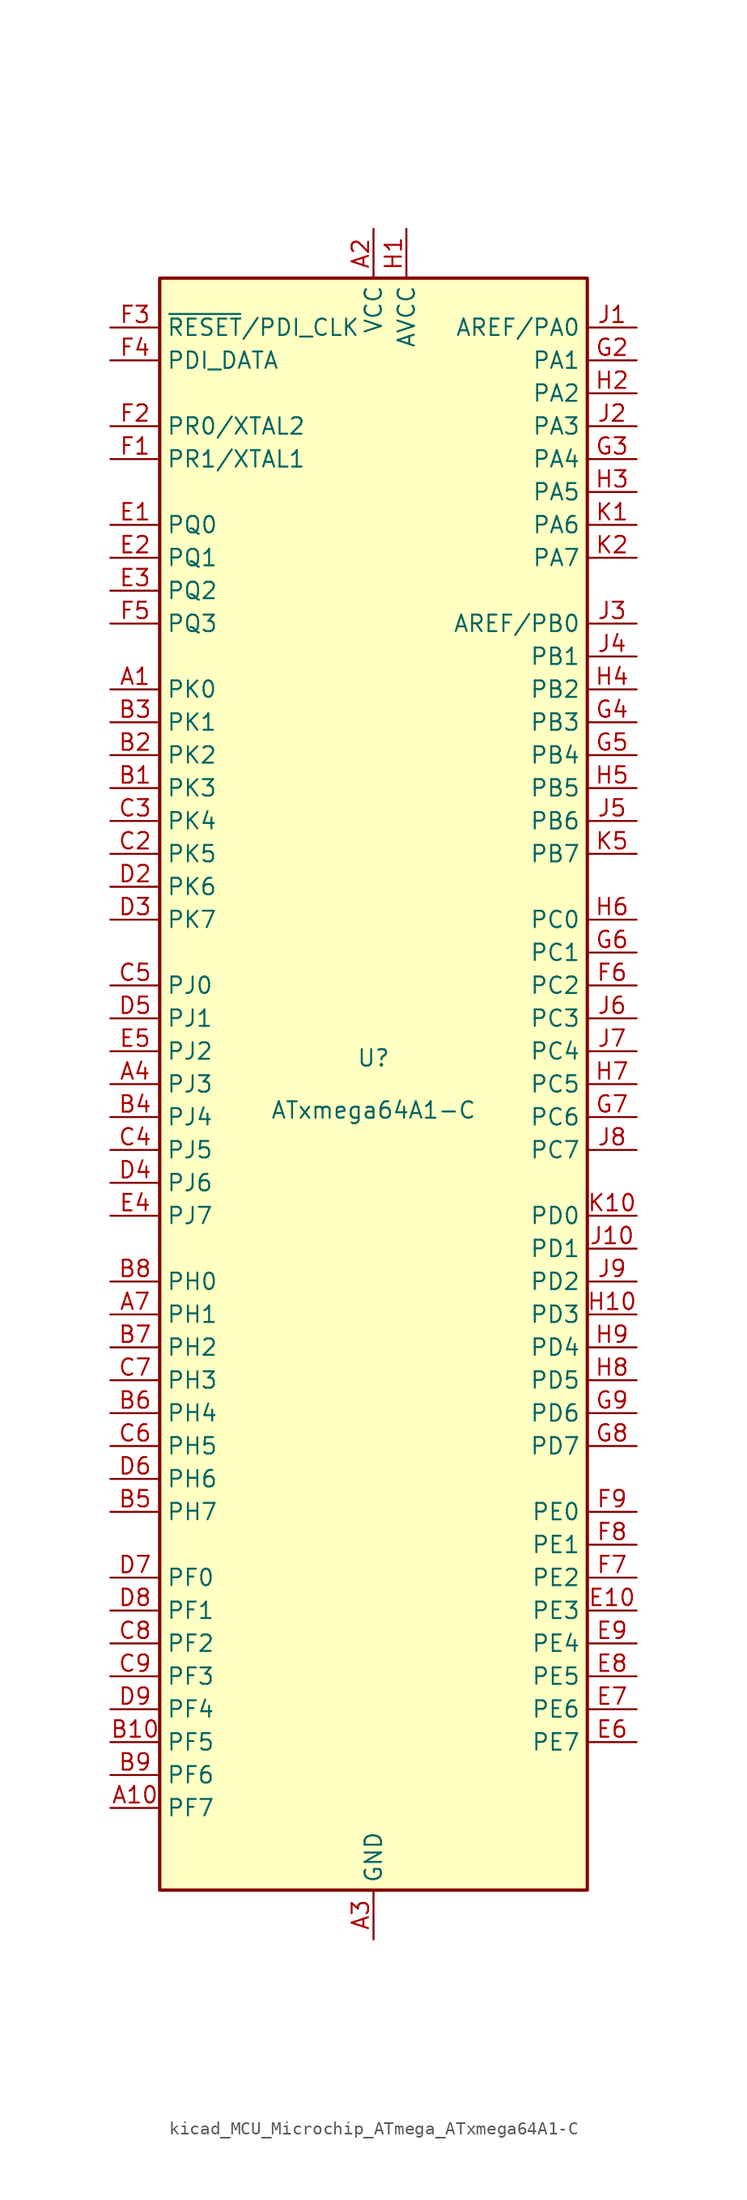
<source format=kicad_sym>
(kicad_symbol_lib
  (version 20220914)
  (generator kicad_symbol_editor)
  (symbol "kicad_MCU_Microchip_ATmega_ATxmega64A1-C"
    (property "Reference" "U"
      (at 0 1.27 0)
      (effects (font (size 1.27 1.27)) (justify bottom)))
    (property "Value" "ATxmega64A1-C"
      (at 0 -1.27 0)
      (effects (font (size 1.27 1.27)) (justify top)))
    (symbol "kicad_MCU_Microchip_ATmega_ATxmega64A1-C_0_1"
      (rectangle (start -16.51 -62.23) (end 16.51 62.23) (stroke (width 0.254) (type default)) (fill (type background))))
    (symbol "kicad_MCU_Microchip_ATmega_ATxmega64A1-C_1_1"
      (pin bidirectional line (at -20.32 30.48 0) (length 3.81) (name "PK0" (effects (font (size 1.27 1.27)))) (number "A1" (effects (font (size 1.27 1.27)))))
      (pin bidirectional line (at -20.32 -55.88 0) (length 3.81) (name "PF7" (effects (font (size 1.27 1.27)))) (number "A10" (effects (font (size 1.27 1.27)))))
      (pin power_in line (at 0 66.04 270) (length 3.81) (name "VCC" (effects (font (size 1.27 1.27)))) (number "A2" (effects (font (size 1.27 1.27)))))
      (pin power_in line (at 0 -66.04 90) (length 3.81) (name "GND" (effects (font (size 1.27 1.27)))) (number "A3" (effects (font (size 1.27 1.27)))))
      (pin bidirectional line (at -20.32 0 0) (length 3.81) (name "PJ3" (effects (font (size 1.27 1.27)))) (number "A4" (effects (font (size 1.27 1.27)))))
      (pin passive line (at 0 66.04 270) (length 3.81) hide (name "VCC" (effects (font (size 1.27 1.27)))) (number "A5" (effects (font (size 1.27 1.27)))))
      (pin passive line (at 0 -66.04 90) (length 3.81) hide (name "GND" (effects (font (size 1.27 1.27)))) (number "A6" (effects (font (size 1.27 1.27)))))
      (pin bidirectional line (at -20.32 -17.78 0) (length 3.81) (name "PH1" (effects (font (size 1.27 1.27)))) (number "A7" (effects (font (size 1.27 1.27)))))
      (pin passive line (at 0 -66.04 90) (length 3.81) hide (name "GND" (effects (font (size 1.27 1.27)))) (number "A8" (effects (font (size 1.27 1.27)))))
      (pin passive line (at 0 66.04 270) (length 3.81) hide (name "VCC" (effects (font (size 1.27 1.27)))) (number "A9" (effects (font (size 1.27 1.27)))))
      (pin bidirectional line (at -20.32 22.86 0) (length 3.81) (name "PK3" (effects (font (size 1.27 1.27)))) (number "B1" (effects (font (size 1.27 1.27)))))
      (pin bidirectional line (at -20.32 -50.8 0) (length 3.81) (name "PF5" (effects (font (size 1.27 1.27)))) (number "B10" (effects (font (size 1.27 1.27)))))
      (pin bidirectional line (at -20.32 25.4 0) (length 3.81) (name "PK2" (effects (font (size 1.27 1.27)))) (number "B2" (effects (font (size 1.27 1.27)))))
      (pin bidirectional line (at -20.32 27.94 0) (length 3.81) (name "PK1" (effects (font (size 1.27 1.27)))) (number "B3" (effects (font (size 1.27 1.27)))))
      (pin bidirectional line (at -20.32 -2.54 0) (length 3.81) (name "PJ4" (effects (font (size 1.27 1.27)))) (number "B4" (effects (font (size 1.27 1.27)))))
      (pin bidirectional line (at -20.32 -33.02 0) (length 3.81) (name "PH7" (effects (font (size 1.27 1.27)))) (number "B5" (effects (font (size 1.27 1.27)))))
      (pin bidirectional line (at -20.32 -25.4 0) (length 3.81) (name "PH4" (effects (font (size 1.27 1.27)))) (number "B6" (effects (font (size 1.27 1.27)))))
      (pin bidirectional line (at -20.32 -20.32 0) (length 3.81) (name "PH2" (effects (font (size 1.27 1.27)))) (number "B7" (effects (font (size 1.27 1.27)))))
      (pin bidirectional line (at -20.32 -15.24 0) (length 3.81) (name "PH0" (effects (font (size 1.27 1.27)))) (number "B8" (effects (font (size 1.27 1.27)))))
      (pin bidirectional line (at -20.32 -53.34 0) (length 3.81) (name "PF6" (effects (font (size 1.27 1.27)))) (number "B9" (effects (font (size 1.27 1.27)))))
      (pin passive line (at 0 66.04 270) (length 3.81) hide (name "VCC" (effects (font (size 1.27 1.27)))) (number "C1" (effects (font (size 1.27 1.27)))))
      (pin passive line (at 0 66.04 270) (length 3.81) hide (name "VCC" (effects (font (size 1.27 1.27)))) (number "C10" (effects (font (size 1.27 1.27)))))
      (pin bidirectional line (at -20.32 17.78 0) (length 3.81) (name "PK5" (effects (font (size 1.27 1.27)))) (number "C2" (effects (font (size 1.27 1.27)))))
      (pin bidirectional line (at -20.32 20.32 0) (length 3.81) (name "PK4" (effects (font (size 1.27 1.27)))) (number "C3" (effects (font (size 1.27 1.27)))))
      (pin bidirectional line (at -20.32 -5.08 0) (length 3.81) (name "PJ5" (effects (font (size 1.27 1.27)))) (number "C4" (effects (font (size 1.27 1.27)))))
      (pin bidirectional line (at -20.32 7.62 0) (length 3.81) (name "PJ0" (effects (font (size 1.27 1.27)))) (number "C5" (effects (font (size 1.27 1.27)))))
      (pin bidirectional line (at -20.32 -27.94 0) (length 3.81) (name "PH5" (effects (font (size 1.27 1.27)))) (number "C6" (effects (font (size 1.27 1.27)))))
      (pin bidirectional line (at -20.32 -22.86 0) (length 3.81) (name "PH3" (effects (font (size 1.27 1.27)))) (number "C7" (effects (font (size 1.27 1.27)))))
      (pin bidirectional line (at -20.32 -43.18 0) (length 3.81) (name "PF2" (effects (font (size 1.27 1.27)))) (number "C8" (effects (font (size 1.27 1.27)))))
      (pin bidirectional line (at -20.32 -45.72 0) (length 3.81) (name "PF3" (effects (font (size 1.27 1.27)))) (number "C9" (effects (font (size 1.27 1.27)))))
      (pin passive line (at 0 -66.04 90) (length 3.81) hide (name "GND" (effects (font (size 1.27 1.27)))) (number "D1" (effects (font (size 1.27 1.27)))))
      (pin passive line (at 0 -66.04 90) (length 3.81) hide (name "GND" (effects (font (size 1.27 1.27)))) (number "D10" (effects (font (size 1.27 1.27)))))
      (pin bidirectional line (at -20.32 15.24 0) (length 3.81) (name "PK6" (effects (font (size 1.27 1.27)))) (number "D2" (effects (font (size 1.27 1.27)))))
      (pin bidirectional line (at -20.32 12.7 0) (length 3.81) (name "PK7" (effects (font (size 1.27 1.27)))) (number "D3" (effects (font (size 1.27 1.27)))))
      (pin bidirectional line (at -20.32 -7.62 0) (length 3.81) (name "PJ6" (effects (font (size 1.27 1.27)))) (number "D4" (effects (font (size 1.27 1.27)))))
      (pin bidirectional line (at -20.32 5.08 0) (length 3.81) (name "PJ1" (effects (font (size 1.27 1.27)))) (number "D5" (effects (font (size 1.27 1.27)))))
      (pin bidirectional line (at -20.32 -30.48 0) (length 3.81) (name "PH6" (effects (font (size 1.27 1.27)))) (number "D6" (effects (font (size 1.27 1.27)))))
      (pin bidirectional line (at -20.32 -38.1 0) (length 3.81) (name "PF0" (effects (font (size 1.27 1.27)))) (number "D7" (effects (font (size 1.27 1.27)))))
      (pin bidirectional line (at -20.32 -40.64 0) (length 3.81) (name "PF1" (effects (font (size 1.27 1.27)))) (number "D8" (effects (font (size 1.27 1.27)))))
      (pin bidirectional line (at -20.32 -48.26 0) (length 3.81) (name "PF4" (effects (font (size 1.27 1.27)))) (number "D9" (effects (font (size 1.27 1.27)))))
      (pin bidirectional line (at -20.32 43.18 0) (length 3.81) (name "PQ0" (effects (font (size 1.27 1.27)))) (number "E1" (effects (font (size 1.27 1.27)))))
      (pin bidirectional line (at 20.32 -40.64 180) (length 3.81) (name "PE3" (effects (font (size 1.27 1.27)))) (number "E10" (effects (font (size 1.27 1.27)))))
      (pin bidirectional line (at -20.32 40.64 0) (length 3.81) (name "PQ1" (effects (font (size 1.27 1.27)))) (number "E2" (effects (font (size 1.27 1.27)))))
      (pin bidirectional line (at -20.32 38.1 0) (length 3.81) (name "PQ2" (effects (font (size 1.27 1.27)))) (number "E3" (effects (font (size 1.27 1.27)))))
      (pin bidirectional line (at -20.32 -10.16 0) (length 3.81) (name "PJ7" (effects (font (size 1.27 1.27)))) (number "E4" (effects (font (size 1.27 1.27)))))
      (pin bidirectional line (at -20.32 2.54 0) (length 3.81) (name "PJ2" (effects (font (size 1.27 1.27)))) (number "E5" (effects (font (size 1.27 1.27)))))
      (pin bidirectional line (at 20.32 -50.8 180) (length 3.81) (name "PE7" (effects (font (size 1.27 1.27)))) (number "E6" (effects (font (size 1.27 1.27)))))
      (pin bidirectional line (at 20.32 -48.26 180) (length 3.81) (name "PE6" (effects (font (size 1.27 1.27)))) (number "E7" (effects (font (size 1.27 1.27)))))
      (pin bidirectional line (at 20.32 -45.72 180) (length 3.81) (name "PE5" (effects (font (size 1.27 1.27)))) (number "E8" (effects (font (size 1.27 1.27)))))
      (pin bidirectional line (at 20.32 -43.18 180) (length 3.81) (name "PE4" (effects (font (size 1.27 1.27)))) (number "E9" (effects (font (size 1.27 1.27)))))
      (pin bidirectional line (at -20.32 48.26 0) (length 3.81) (name "PR1/XTAL1" (effects (font (size 1.27 1.27)))) (number "F1" (effects (font (size 1.27 1.27)))))
      (pin passive line (at 0 66.04 270) (length 3.81) hide (name "VCC" (effects (font (size 1.27 1.27)))) (number "F10" (effects (font (size 1.27 1.27)))))
      (pin bidirectional line (at -20.32 50.8 0) (length 3.81) (name "PR0/XTAL2" (effects (font (size 1.27 1.27)))) (number "F2" (effects (font (size 1.27 1.27)))))
      (pin input line (at -20.32 58.42 0) (length 3.81) (name "~{RESET}/PDI_CLK" (effects (font (size 1.27 1.27)))) (number "F3" (effects (font (size 1.27 1.27)))))
      (pin bidirectional line (at -20.32 55.88 0) (length 3.81) (name "PDI_DATA" (effects (font (size 1.27 1.27)))) (number "F4" (effects (font (size 1.27 1.27)))))
      (pin bidirectional line (at -20.32 35.56 0) (length 3.81) (name "PQ3" (effects (font (size 1.27 1.27)))) (number "F5" (effects (font (size 1.27 1.27)))))
      (pin bidirectional line (at 20.32 7.62 180) (length 3.81) (name "PC2" (effects (font (size 1.27 1.27)))) (number "F6" (effects (font (size 1.27 1.27)))))
      (pin bidirectional line (at 20.32 -38.1 180) (length 3.81) (name "PE2" (effects (font (size 1.27 1.27)))) (number "F7" (effects (font (size 1.27 1.27)))))
      (pin bidirectional line (at 20.32 -35.56 180) (length 3.81) (name "PE1" (effects (font (size 1.27 1.27)))) (number "F8" (effects (font (size 1.27 1.27)))))
      (pin bidirectional line (at 20.32 -33.02 180) (length 3.81) (name "PE0" (effects (font (size 1.27 1.27)))) (number "F9" (effects (font (size 1.27 1.27)))))
      (pin passive line (at 0 -66.04 90) (length 3.81) hide (name "GND" (effects (font (size 1.27 1.27)))) (number "G1" (effects (font (size 1.27 1.27)))))
      (pin passive line (at 0 -66.04 90) (length 3.81) hide (name "GND" (effects (font (size 1.27 1.27)))) (number "G10" (effects (font (size 1.27 1.27)))))
      (pin bidirectional line (at 20.32 55.88 180) (length 3.81) (name "PA1" (effects (font (size 1.27 1.27)))) (number "G2" (effects (font (size 1.27 1.27)))))
      (pin bidirectional line (at 20.32 48.26 180) (length 3.81) (name "PA4" (effects (font (size 1.27 1.27)))) (number "G3" (effects (font (size 1.27 1.27)))))
      (pin bidirectional line (at 20.32 27.94 180) (length 3.81) (name "PB3" (effects (font (size 1.27 1.27)))) (number "G4" (effects (font (size 1.27 1.27)))))
      (pin bidirectional line (at 20.32 25.4 180) (length 3.81) (name "PB4" (effects (font (size 1.27 1.27)))) (number "G5" (effects (font (size 1.27 1.27)))))
      (pin bidirectional line (at 20.32 10.16 180) (length 3.81) (name "PC1" (effects (font (size 1.27 1.27)))) (number "G6" (effects (font (size 1.27 1.27)))))
      (pin bidirectional line (at 20.32 -2.54 180) (length 3.81) (name "PC6" (effects (font (size 1.27 1.27)))) (number "G7" (effects (font (size 1.27 1.27)))))
      (pin bidirectional line (at 20.32 -27.94 180) (length 3.81) (name "PD7" (effects (font (size 1.27 1.27)))) (number "G8" (effects (font (size 1.27 1.27)))))
      (pin bidirectional line (at 20.32 -25.4 180) (length 3.81) (name "PD6" (effects (font (size 1.27 1.27)))) (number "G9" (effects (font (size 1.27 1.27)))))
      (pin power_in line (at 2.54 66.04 270) (length 3.81) (name "AVCC" (effects (font (size 1.27 1.27)))) (number "H1" (effects (font (size 1.27 1.27)))))
      (pin bidirectional line (at 20.32 -17.78 180) (length 3.81) (name "PD3" (effects (font (size 1.27 1.27)))) (number "H10" (effects (font (size 1.27 1.27)))))
      (pin bidirectional line (at 20.32 53.34 180) (length 3.81) (name "PA2" (effects (font (size 1.27 1.27)))) (number "H2" (effects (font (size 1.27 1.27)))))
      (pin bidirectional line (at 20.32 45.72 180) (length 3.81) (name "PA5" (effects (font (size 1.27 1.27)))) (number "H3" (effects (font (size 1.27 1.27)))))
      (pin bidirectional line (at 20.32 30.48 180) (length 3.81) (name "PB2" (effects (font (size 1.27 1.27)))) (number "H4" (effects (font (size 1.27 1.27)))))
      (pin bidirectional line (at 20.32 22.86 180) (length 3.81) (name "PB5" (effects (font (size 1.27 1.27)))) (number "H5" (effects (font (size 1.27 1.27)))))
      (pin bidirectional line (at 20.32 12.7 180) (length 3.81) (name "PC0" (effects (font (size 1.27 1.27)))) (number "H6" (effects (font (size 1.27 1.27)))))
      (pin bidirectional line (at 20.32 0 180) (length 3.81) (name "PC5" (effects (font (size 1.27 1.27)))) (number "H7" (effects (font (size 1.27 1.27)))))
      (pin bidirectional line (at 20.32 -22.86 180) (length 3.81) (name "PD5" (effects (font (size 1.27 1.27)))) (number "H8" (effects (font (size 1.27 1.27)))))
      (pin bidirectional line (at 20.32 -20.32 180) (length 3.81) (name "PD4" (effects (font (size 1.27 1.27)))) (number "H9" (effects (font (size 1.27 1.27)))))
      (pin bidirectional line (at 20.32 58.42 180) (length 3.81) (name "AREF/PA0" (effects (font (size 1.27 1.27)))) (number "J1" (effects (font (size 1.27 1.27)))))
      (pin bidirectional line (at 20.32 -12.7 180) (length 3.81) (name "PD1" (effects (font (size 1.27 1.27)))) (number "J10" (effects (font (size 1.27 1.27)))))
      (pin bidirectional line (at 20.32 50.8 180) (length 3.81) (name "PA3" (effects (font (size 1.27 1.27)))) (number "J2" (effects (font (size 1.27 1.27)))))
      (pin bidirectional line (at 20.32 35.56 180) (length 3.81) (name "AREF/PB0" (effects (font (size 1.27 1.27)))) (number "J3" (effects (font (size 1.27 1.27)))))
      (pin bidirectional line (at 20.32 33.02 180) (length 3.81) (name "PB1" (effects (font (size 1.27 1.27)))) (number "J4" (effects (font (size 1.27 1.27)))))
      (pin bidirectional line (at 20.32 20.32 180) (length 3.81) (name "PB6" (effects (font (size 1.27 1.27)))) (number "J5" (effects (font (size 1.27 1.27)))))
      (pin bidirectional line (at 20.32 5.08 180) (length 3.81) (name "PC3" (effects (font (size 1.27 1.27)))) (number "J6" (effects (font (size 1.27 1.27)))))
      (pin bidirectional line (at 20.32 2.54 180) (length 3.81) (name "PC4" (effects (font (size 1.27 1.27)))) (number "J7" (effects (font (size 1.27 1.27)))))
      (pin bidirectional line (at 20.32 -5.08 180) (length 3.81) (name "PC7" (effects (font (size 1.27 1.27)))) (number "J8" (effects (font (size 1.27 1.27)))))
      (pin bidirectional line (at 20.32 -15.24 180) (length 3.81) (name "PD2" (effects (font (size 1.27 1.27)))) (number "J9" (effects (font (size 1.27 1.27)))))
      (pin bidirectional line (at 20.32 43.18 180) (length 3.81) (name "PA6" (effects (font (size 1.27 1.27)))) (number "K1" (effects (font (size 1.27 1.27)))))
      (pin bidirectional line (at 20.32 -10.16 180) (length 3.81) (name "PD0" (effects (font (size 1.27 1.27)))) (number "K10" (effects (font (size 1.27 1.27)))))
      (pin bidirectional line (at 20.32 40.64 180) (length 3.81) (name "PA7" (effects (font (size 1.27 1.27)))) (number "K2" (effects (font (size 1.27 1.27)))))
      (pin passive line (at 0 -66.04 90) (length 3.81) hide (name "GND" (effects (font (size 1.27 1.27)))) (number "K3" (effects (font (size 1.27 1.27)))))
      (pin passive line (at 2.54 66.04 270) (length 3.81) hide (name "AVCC" (effects (font (size 1.27 1.27)))) (number "K4" (effects (font (size 1.27 1.27)))))
      (pin bidirectional line (at 20.32 17.78 180) (length 3.81) (name "PB7" (effects (font (size 1.27 1.27)))) (number "K5" (effects (font (size 1.27 1.27)))))
      (pin passive line (at 0 66.04 270) (length 3.81) hide (name "VCC" (effects (font (size 1.27 1.27)))) (number "K6" (effects (font (size 1.27 1.27)))))
      (pin passive line (at 0 -66.04 90) (length 3.81) hide (name "GND" (effects (font (size 1.27 1.27)))) (number "K7" (effects (font (size 1.27 1.27)))))
      (pin passive line (at 0 66.04 270) (length 3.81) hide (name "VCC" (effects (font (size 1.27 1.27)))) (number "K8" (effects (font (size 1.27 1.27)))))
      (pin passive line (at 0 -66.04 90) (length 3.81) hide (name "GND" (effects (font (size 1.27 1.27)))) (number "K9" (effects (font (size 1.27 1.27))))))))
</source>
